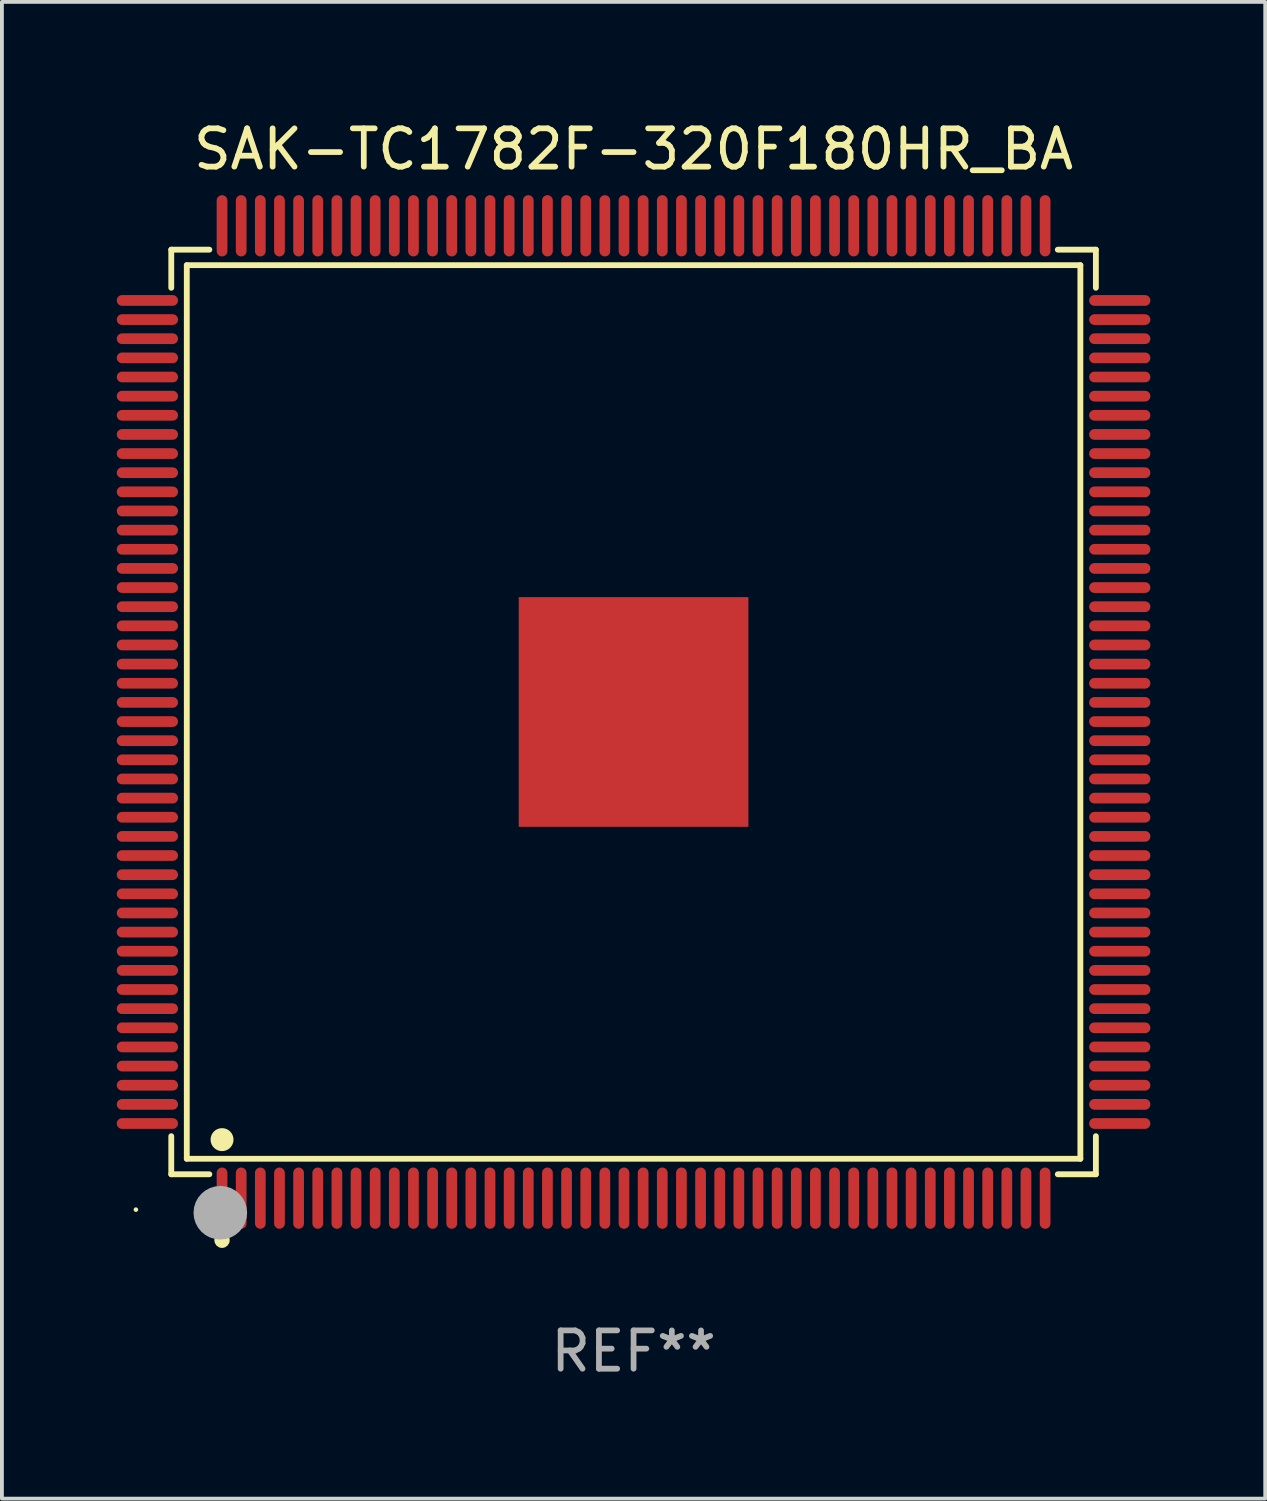
<source format=kicad_pcb>
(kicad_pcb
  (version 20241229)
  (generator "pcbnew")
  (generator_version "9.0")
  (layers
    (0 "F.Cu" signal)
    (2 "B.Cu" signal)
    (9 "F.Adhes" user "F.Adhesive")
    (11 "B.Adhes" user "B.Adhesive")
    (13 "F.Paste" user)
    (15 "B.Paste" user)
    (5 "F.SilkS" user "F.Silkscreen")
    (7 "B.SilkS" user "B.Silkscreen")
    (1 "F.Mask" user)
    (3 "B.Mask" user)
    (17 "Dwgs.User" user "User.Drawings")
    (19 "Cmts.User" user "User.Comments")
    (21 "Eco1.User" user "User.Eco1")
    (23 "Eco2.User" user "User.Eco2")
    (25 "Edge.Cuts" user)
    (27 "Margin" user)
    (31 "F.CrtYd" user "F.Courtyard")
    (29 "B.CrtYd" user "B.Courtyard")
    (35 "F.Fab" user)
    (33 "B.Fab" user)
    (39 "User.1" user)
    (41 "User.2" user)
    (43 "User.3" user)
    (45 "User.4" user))
  (footprint "SAK-TC1782F-320F180HR_BA"
    (layer "F.Cu")
    (at 13.5 15.548)
    (property "Reference" "SAK-TC1782F-320F180HR_BA" (at 0 -14.7 0) (layer "F.SilkS") (effects (font (size 1 1) (thickness 0.15))))
    (attr through_hole)
    (fp_line (start -12.076 -12.076) (end -11.081 -12.076) (stroke (width 0.152) (type solid)) (layer "F.SilkS"))
    (fp_line (start -12.076 -11.081) (end -12.076 -12.076) (stroke (width 0.152) (type solid)) (layer "F.SilkS"))
    (fp_line (start -12.076 11.081) (end -12.076 12.076) (stroke (width 0.152) (type solid)) (layer "F.SilkS"))
    (fp_line (start -12.076 12.076) (end -11.081 12.076) (stroke (width 0.152) (type solid)) (layer "F.SilkS"))
    (fp_line (start -11.671 -11.671) (end 11.671 -11.671) (stroke (width 0.152) (type solid)) (layer "F.SilkS"))
    (fp_line (start -11.671 11.671) (end -11.671 -11.671) (stroke (width 0.152) (type solid)) (layer "F.SilkS"))
    (fp_line (start 11.671 -11.671) (end 11.671 11.671) (stroke (width 0.152) (type solid)) (layer "F.SilkS"))
    (fp_line (start 11.671 11.671) (end -11.671 11.671) (stroke (width 0.152) (type solid)) (layer "F.SilkS"))
    (fp_line (start 12.076 -12.076) (end 11.081 -12.076) (stroke (width 0.152) (type solid)) (layer "F.SilkS"))
    (fp_line (start 12.076 -11.081) (end 12.076 -12.076) (stroke (width 0.152) (type solid)) (layer "F.SilkS"))
    (fp_line (start 12.076 11.081) (end 12.076 12.076) (stroke (width 0.152) (type solid)) (layer "F.SilkS"))
    (fp_line (start 12.076 12.076) (end 11.081 12.076) (stroke (width 0.152) (type solid)) (layer "F.SilkS"))
    (fp_circle (center -13 13) (end -12.97 13) (stroke (width 0.06) (type solid)) (fill no) (layer "F.SilkS"))
    (fp_circle (center -10.75 11.171) (end -10.6 11.171) (stroke (width 0.3) (type solid)) (fill no) (layer "F.SilkS"))
    (fp_circle (center -10.75 13.8) (end -10.65 13.8) (stroke (width 0.2) (type solid)) (fill no) (layer "F.SilkS"))
    (fp_circle (center -10.795 13.081) (end -10.445 13.081) (stroke (width 0.7) (type solid)) (fill no) (layer "F.Fab"))
    (fp_text user "REF**" (at 0 16.7 0) (layer "F.Fab") (effects (font (size 1 1) (thickness 0.15))))
    (pad "1" smd oval (at -10.75 12.7) (size 0.28 1.6) (layers "F.Cu" "F.Mask" "F.Paste"))
    (pad "2" smd oval (at -10.25 12.7) (size 0.28 1.6) (layers "F.Cu" "F.Mask" "F.Paste"))
    (pad "3" smd oval (at -9.75 12.7) (size 0.28 1.6) (layers "F.Cu" "F.Mask" "F.Paste"))
    (pad "4" smd oval (at -9.25 12.7) (size 0.28 1.6) (layers "F.Cu" "F.Mask" "F.Paste"))
    (pad "5" smd oval (at -8.75 12.7) (size 0.28 1.6) (layers "F.Cu" "F.Mask" "F.Paste"))
    (pad "6" smd oval (at -8.25 12.7) (size 0.28 1.6) (layers "F.Cu" "F.Mask" "F.Paste"))
    (pad "7" smd oval (at -7.75 12.7) (size 0.28 1.6) (layers "F.Cu" "F.Mask" "F.Paste"))
    (pad "8" smd oval (at -7.25 12.7) (size 0.28 1.6) (layers "F.Cu" "F.Mask" "F.Paste"))
    (pad "9" smd oval (at -6.75 12.7) (size 0.28 1.6) (layers "F.Cu" "F.Mask" "F.Paste"))
    (pad "10" smd oval (at -6.25 12.7) (size 0.28 1.6) (layers "F.Cu" "F.Mask" "F.Paste"))
    (pad "11" smd oval (at -5.75 12.7) (size 0.28 1.6) (layers "F.Cu" "F.Mask" "F.Paste"))
    (pad "12" smd oval (at -5.25 12.7) (size 0.28 1.6) (layers "F.Cu" "F.Mask" "F.Paste"))
    (pad "13" smd oval (at -4.75 12.7) (size 0.28 1.6) (layers "F.Cu" "F.Mask" "F.Paste"))
    (pad "14" smd oval (at -4.25 12.7) (size 0.28 1.6) (layers "F.Cu" "F.Mask" "F.Paste"))
    (pad "15" smd oval (at -3.75 12.7) (size 0.28 1.6) (layers "F.Cu" "F.Mask" "F.Paste"))
    (pad "16" smd oval (at -3.25 12.7) (size 0.28 1.6) (layers "F.Cu" "F.Mask" "F.Paste"))
    (pad "17" smd oval (at -2.75 12.7) (size 0.28 1.6) (layers "F.Cu" "F.Mask" "F.Paste"))
    (pad "18" smd oval (at -2.25 12.7) (size 0.28 1.6) (layers "F.Cu" "F.Mask" "F.Paste"))
    (pad "19" smd oval (at -1.75 12.7) (size 0.28 1.6) (layers "F.Cu" "F.Mask" "F.Paste"))
    (pad "20" smd oval (at -1.25 12.7) (size 0.28 1.6) (layers "F.Cu" "F.Mask" "F.Paste"))
    (pad "21" smd oval (at -0.75 12.7) (size 0.28 1.6) (layers "F.Cu" "F.Mask" "F.Paste"))
    (pad "22" smd oval (at -0.25 12.7) (size 0.28 1.6) (layers "F.Cu" "F.Mask" "F.Paste"))
    (pad "23" smd oval (at 0.25 12.7) (size 0.28 1.6) (layers "F.Cu" "F.Mask" "F.Paste"))
    (pad "24" smd oval (at 0.75 12.7) (size 0.28 1.6) (layers "F.Cu" "F.Mask" "F.Paste"))
    (pad "25" smd oval (at 1.25 12.7) (size 0.28 1.6) (layers "F.Cu" "F.Mask" "F.Paste"))
    (pad "26" smd oval (at 1.75 12.7) (size 0.28 1.6) (layers "F.Cu" "F.Mask" "F.Paste"))
    (pad "27" smd oval (at 2.25 12.7) (size 0.28 1.6) (layers "F.Cu" "F.Mask" "F.Paste"))
    (pad "28" smd oval (at 2.75 12.7) (size 0.28 1.6) (layers "F.Cu" "F.Mask" "F.Paste"))
    (pad "29" smd oval (at 3.25 12.7) (size 0.28 1.6) (layers "F.Cu" "F.Mask" "F.Paste"))
    (pad "30" smd oval (at 3.75 12.7) (size 0.28 1.6) (layers "F.Cu" "F.Mask" "F.Paste"))
    (pad "31" smd oval (at 4.25 12.7) (size 0.28 1.6) (layers "F.Cu" "F.Mask" "F.Paste"))
    (pad "32" smd oval (at 4.75 12.7) (size 0.28 1.6) (layers "F.Cu" "F.Mask" "F.Paste"))
    (pad "33" smd oval (at 5.25 12.7) (size 0.28 1.6) (layers "F.Cu" "F.Mask" "F.Paste"))
    (pad "34" smd oval (at 5.75 12.7) (size 0.28 1.6) (layers "F.Cu" "F.Mask" "F.Paste"))
    (pad "35" smd oval (at 6.25 12.7) (size 0.28 1.6) (layers "F.Cu" "F.Mask" "F.Paste"))
    (pad "36" smd oval (at 6.75 12.7) (size 0.28 1.6) (layers "F.Cu" "F.Mask" "F.Paste"))
    (pad "37" smd oval (at 7.25 12.7) (size 0.28 1.6) (layers "F.Cu" "F.Mask" "F.Paste"))
    (pad "38" smd oval (at 7.75 12.7) (size 0.28 1.6) (layers "F.Cu" "F.Mask" "F.Paste"))
    (pad "39" smd oval (at 8.25 12.7) (size 0.28 1.6) (layers "F.Cu" "F.Mask" "F.Paste"))
    (pad "40" smd oval (at 8.75 12.7) (size 0.28 1.6) (layers "F.Cu" "F.Mask" "F.Paste"))
    (pad "41" smd oval (at 9.25 12.7) (size 0.28 1.6) (layers "F.Cu" "F.Mask" "F.Paste"))
    (pad "42" smd oval (at 9.75 12.7) (size 0.28 1.6) (layers "F.Cu" "F.Mask" "F.Paste"))
    (pad "43" smd oval (at 10.25 12.7) (size 0.28 1.6) (layers "F.Cu" "F.Mask" "F.Paste"))
    (pad "44" smd oval (at 10.75 12.7) (size 0.28 1.6) (layers "F.Cu" "F.Mask" "F.Paste"))
    (pad "45" smd oval (at 12.7 10.75) (size 1.6 0.28) (layers "F.Cu" "F.Mask" "F.Paste"))
    (pad "46" smd oval (at 12.7 10.25) (size 1.6 0.28) (layers "F.Cu" "F.Mask" "F.Paste"))
    (pad "47" smd oval (at 12.7 9.75) (size 1.6 0.28) (layers "F.Cu" "F.Mask" "F.Paste"))
    (pad "48" smd oval (at 12.7 9.25) (size 1.6 0.28) (layers "F.Cu" "F.Mask" "F.Paste"))
    (pad "49" smd oval (at 12.7 8.75) (size 1.6 0.28) (layers "F.Cu" "F.Mask" "F.Paste"))
    (pad "50" smd oval (at 12.7 8.25) (size 1.6 0.28) (layers "F.Cu" "F.Mask" "F.Paste"))
    (pad "51" smd oval (at 12.7 7.75) (size 1.6 0.28) (layers "F.Cu" "F.Mask" "F.Paste"))
    (pad "52" smd oval (at 12.7 7.25) (size 1.6 0.28) (layers "F.Cu" "F.Mask" "F.Paste"))
    (pad "53" smd oval (at 12.7 6.75) (size 1.6 0.28) (layers "F.Cu" "F.Mask" "F.Paste"))
    (pad "54" smd oval (at 12.7 6.25) (size 1.6 0.28) (layers "F.Cu" "F.Mask" "F.Paste"))
    (pad "55" smd oval (at 12.7 5.75) (size 1.6 0.28) (layers "F.Cu" "F.Mask" "F.Paste"))
    (pad "56" smd oval (at 12.7 5.25) (size 1.6 0.28) (layers "F.Cu" "F.Mask" "F.Paste"))
    (pad "57" smd oval (at 12.7 4.75) (size 1.6 0.28) (layers "F.Cu" "F.Mask" "F.Paste"))
    (pad "58" smd oval (at 12.7 4.25) (size 1.6 0.28) (layers "F.Cu" "F.Mask" "F.Paste"))
    (pad "59" smd oval (at 12.7 3.75) (size 1.6 0.28) (layers "F.Cu" "F.Mask" "F.Paste"))
    (pad "60" smd oval (at 12.7 3.25) (size 1.6 0.28) (layers "F.Cu" "F.Mask" "F.Paste"))
    (pad "61" smd oval (at 12.7 2.75) (size 1.6 0.28) (layers "F.Cu" "F.Mask" "F.Paste"))
    (pad "62" smd oval (at 12.7 2.25) (size 1.6 0.28) (layers "F.Cu" "F.Mask" "F.Paste"))
    (pad "63" smd oval (at 12.7 1.75) (size 1.6 0.28) (layers "F.Cu" "F.Mask" "F.Paste"))
    (pad "64" smd oval (at 12.7 1.25) (size 1.6 0.28) (layers "F.Cu" "F.Mask" "F.Paste"))
    (pad "65" smd oval (at 12.7 0.75) (size 1.6 0.28) (layers "F.Cu" "F.Mask" "F.Paste"))
    (pad "66" smd oval (at 12.7 0.25) (size 1.6 0.28) (layers "F.Cu" "F.Mask" "F.Paste"))
    (pad "67" smd oval (at 12.7 -0.25) (size 1.6 0.28) (layers "F.Cu" "F.Mask" "F.Paste"))
    (pad "68" smd oval (at 12.7 -0.75) (size 1.6 0.28) (layers "F.Cu" "F.Mask" "F.Paste"))
    (pad "69" smd oval (at 12.7 -1.25) (size 1.6 0.28) (layers "F.Cu" "F.Mask" "F.Paste"))
    (pad "70" smd oval (at 12.7 -1.75) (size 1.6 0.28) (layers "F.Cu" "F.Mask" "F.Paste"))
    (pad "71" smd oval (at 12.7 -2.25) (size 1.6 0.28) (layers "F.Cu" "F.Mask" "F.Paste"))
    (pad "72" smd oval (at 12.7 -2.75) (size 1.6 0.28) (layers "F.Cu" "F.Mask" "F.Paste"))
    (pad "73" smd oval (at 12.7 -3.25) (size 1.6 0.28) (layers "F.Cu" "F.Mask" "F.Paste"))
    (pad "74" smd oval (at 12.7 -3.75) (size 1.6 0.28) (layers "F.Cu" "F.Mask" "F.Paste"))
    (pad "75" smd oval (at 12.7 -4.25) (size 1.6 0.28) (layers "F.Cu" "F.Mask" "F.Paste"))
    (pad "76" smd oval (at 12.7 -4.75) (size 1.6 0.28) (layers "F.Cu" "F.Mask" "F.Paste"))
    (pad "77" smd oval (at 12.7 -5.25) (size 1.6 0.28) (layers "F.Cu" "F.Mask" "F.Paste"))
    (pad "78" smd oval (at 12.7 -5.75) (size 1.6 0.28) (layers "F.Cu" "F.Mask" "F.Paste"))
    (pad "79" smd oval (at 12.7 -6.25) (size 1.6 0.28) (layers "F.Cu" "F.Mask" "F.Paste"))
    (pad "80" smd oval (at 12.7 -6.75) (size 1.6 0.28) (layers "F.Cu" "F.Mask" "F.Paste"))
    (pad "81" smd oval (at 12.7 -7.25) (size 1.6 0.28) (layers "F.Cu" "F.Mask" "F.Paste"))
    (pad "82" smd oval (at 12.7 -7.75) (size 1.6 0.28) (layers "F.Cu" "F.Mask" "F.Paste"))
    (pad "83" smd oval (at 12.7 -8.25) (size 1.6 0.28) (layers "F.Cu" "F.Mask" "F.Paste"))
    (pad "84" smd oval (at 12.7 -8.75) (size 1.6 0.28) (layers "F.Cu" "F.Mask" "F.Paste"))
    (pad "85" smd oval (at 12.7 -9.25) (size 1.6 0.28) (layers "F.Cu" "F.Mask" "F.Paste"))
    (pad "86" smd oval (at 12.7 -9.75) (size 1.6 0.28) (layers "F.Cu" "F.Mask" "F.Paste"))
    (pad "87" smd oval (at 12.7 -10.25) (size 1.6 0.28) (layers "F.Cu" "F.Mask" "F.Paste"))
    (pad "88" smd oval (at 12.7 -10.75) (size 1.6 0.28) (layers "F.Cu" "F.Mask" "F.Paste"))
    (pad "89" smd oval (at 10.75 -12.7) (size 0.28 1.6) (layers "F.Cu" "F.Mask" "F.Paste"))
    (pad "90" smd oval (at 10.25 -12.7) (size 0.28 1.6) (layers "F.Cu" "F.Mask" "F.Paste"))
    (pad "91" smd oval (at 9.75 -12.7) (size 0.28 1.6) (layers "F.Cu" "F.Mask" "F.Paste"))
    (pad "92" smd oval (at 9.25 -12.7) (size 0.28 1.6) (layers "F.Cu" "F.Mask" "F.Paste"))
    (pad "93" smd oval (at 8.75 -12.7) (size 0.28 1.6) (layers "F.Cu" "F.Mask" "F.Paste"))
    (pad "94" smd oval (at 8.25 -12.7) (size 0.28 1.6) (layers "F.Cu" "F.Mask" "F.Paste"))
    (pad "95" smd oval (at 7.75 -12.7) (size 0.28 1.6) (layers "F.Cu" "F.Mask" "F.Paste"))
    (pad "96" smd oval (at 7.25 -12.7) (size 0.28 1.6) (layers "F.Cu" "F.Mask" "F.Paste"))
    (pad "97" smd oval (at 6.75 -12.7) (size 0.28 1.6) (layers "F.Cu" "F.Mask" "F.Paste"))
    (pad "98" smd oval (at 6.25 -12.7) (size 0.28 1.6) (layers "F.Cu" "F.Mask" "F.Paste"))
    (pad "99" smd oval (at 5.75 -12.7) (size 0.28 1.6) (layers "F.Cu" "F.Mask" "F.Paste"))
    (pad "100" smd oval (at 5.25 -12.7) (size 0.28 1.6) (layers "F.Cu" "F.Mask" "F.Paste"))
    (pad "101" smd oval (at 4.75 -12.7) (size 0.28 1.6) (layers "F.Cu" "F.Mask" "F.Paste"))
    (pad "102" smd oval (at 4.25 -12.7) (size 0.28 1.6) (layers "F.Cu" "F.Mask" "F.Paste"))
    (pad "103" smd oval (at 3.75 -12.7) (size 0.28 1.6) (layers "F.Cu" "F.Mask" "F.Paste"))
    (pad "104" smd oval (at 3.25 -12.7) (size 0.28 1.6) (layers "F.Cu" "F.Mask" "F.Paste"))
    (pad "105" smd oval (at 2.75 -12.7) (size 0.28 1.6) (layers "F.Cu" "F.Mask" "F.Paste"))
    (pad "106" smd oval (at 2.25 -12.7) (size 0.28 1.6) (layers "F.Cu" "F.Mask" "F.Paste"))
    (pad "107" smd oval (at 1.75 -12.7) (size 0.28 1.6) (layers "F.Cu" "F.Mask" "F.Paste"))
    (pad "108" smd oval (at 1.25 -12.7) (size 0.28 1.6) (layers "F.Cu" "F.Mask" "F.Paste"))
    (pad "109" smd oval (at 0.75 -12.7) (size 0.28 1.6) (layers "F.Cu" "F.Mask" "F.Paste"))
    (pad "110" smd oval (at 0.25 -12.7) (size 0.28 1.6) (layers "F.Cu" "F.Mask" "F.Paste"))
    (pad "111" smd oval (at -0.25 -12.7) (size 0.28 1.6) (layers "F.Cu" "F.Mask" "F.Paste"))
    (pad "112" smd oval (at -0.75 -12.7) (size 0.28 1.6) (layers "F.Cu" "F.Mask" "F.Paste"))
    (pad "113" smd oval (at -1.25 -12.7) (size 0.28 1.6) (layers "F.Cu" "F.Mask" "F.Paste"))
    (pad "114" smd oval (at -1.75 -12.7) (size 0.28 1.6) (layers "F.Cu" "F.Mask" "F.Paste"))
    (pad "115" smd oval (at -2.25 -12.7) (size 0.28 1.6) (layers "F.Cu" "F.Mask" "F.Paste"))
    (pad "116" smd oval (at -2.75 -12.7) (size 0.28 1.6) (layers "F.Cu" "F.Mask" "F.Paste"))
    (pad "117" smd oval (at -3.25 -12.7) (size 0.28 1.6) (layers "F.Cu" "F.Mask" "F.Paste"))
    (pad "118" smd oval (at -3.75 -12.7) (size 0.28 1.6) (layers "F.Cu" "F.Mask" "F.Paste"))
    (pad "119" smd oval (at -4.25 -12.7) (size 0.28 1.6) (layers "F.Cu" "F.Mask" "F.Paste"))
    (pad "120" smd oval (at -4.75 -12.7) (size 0.28 1.6) (layers "F.Cu" "F.Mask" "F.Paste"))
    (pad "121" smd oval (at -5.25 -12.7) (size 0.28 1.6) (layers "F.Cu" "F.Mask" "F.Paste"))
    (pad "122" smd oval (at -5.75 -12.7) (size 0.28 1.6) (layers "F.Cu" "F.Mask" "F.Paste"))
    (pad "123" smd oval (at -6.25 -12.7) (size 0.28 1.6) (layers "F.Cu" "F.Mask" "F.Paste"))
    (pad "124" smd oval (at -6.75 -12.7) (size 0.28 1.6) (layers "F.Cu" "F.Mask" "F.Paste"))
    (pad "125" smd oval (at -7.25 -12.7) (size 0.28 1.6) (layers "F.Cu" "F.Mask" "F.Paste"))
    (pad "126" smd oval (at -7.75 -12.7) (size 0.28 1.6) (layers "F.Cu" "F.Mask" "F.Paste"))
    (pad "127" smd oval (at -8.25 -12.7) (size 0.28 1.6) (layers "F.Cu" "F.Mask" "F.Paste"))
    (pad "128" smd oval (at -8.75 -12.7) (size 0.28 1.6) (layers "F.Cu" "F.Mask" "F.Paste"))
    (pad "129" smd oval (at -9.25 -12.7) (size 0.28 1.6) (layers "F.Cu" "F.Mask" "F.Paste"))
    (pad "130" smd oval (at -9.75 -12.7) (size 0.28 1.6) (layers "F.Cu" "F.Mask" "F.Paste"))
    (pad "131" smd oval (at -10.25 -12.7) (size 0.28 1.6) (layers "F.Cu" "F.Mask" "F.Paste"))
    (pad "132" smd oval (at -10.75 -12.7) (size 0.28 1.6) (layers "F.Cu" "F.Mask" "F.Paste"))
    (pad "133" smd oval (at -12.7 -10.75) (size 1.6 0.28) (layers "F.Cu" "F.Mask" "F.Paste"))
    (pad "134" smd oval (at -12.7 -10.25) (size 1.6 0.28) (layers "F.Cu" "F.Mask" "F.Paste"))
    (pad "135" smd oval (at -12.7 -9.75) (size 1.6 0.28) (layers "F.Cu" "F.Mask" "F.Paste"))
    (pad "136" smd oval (at -12.7 -9.25) (size 1.6 0.28) (layers "F.Cu" "F.Mask" "F.Paste"))
    (pad "137" smd oval (at -12.7 -8.75) (size 1.6 0.28) (layers "F.Cu" "F.Mask" "F.Paste"))
    (pad "138" smd oval (at -12.7 -8.25) (size 1.6 0.28) (layers "F.Cu" "F.Mask" "F.Paste"))
    (pad "139" smd oval (at -12.7 -7.75) (size 1.6 0.28) (layers "F.Cu" "F.Mask" "F.Paste"))
    (pad "140" smd oval (at -12.7 -7.25) (size 1.6 0.28) (layers "F.Cu" "F.Mask" "F.Paste"))
    (pad "141" smd oval (at -12.7 -6.75) (size 1.6 0.28) (layers "F.Cu" "F.Mask" "F.Paste"))
    (pad "142" smd oval (at -12.7 -6.25) (size 1.6 0.28) (layers "F.Cu" "F.Mask" "F.Paste"))
    (pad "143" smd oval (at -12.7 -5.75) (size 1.6 0.28) (layers "F.Cu" "F.Mask" "F.Paste"))
    (pad "144" smd oval (at -12.7 -5.25) (size 1.6 0.28) (layers "F.Cu" "F.Mask" "F.Paste"))
    (pad "145" smd oval (at -12.7 -4.75) (size 1.6 0.28) (layers "F.Cu" "F.Mask" "F.Paste"))
    (pad "146" smd oval (at -12.7 -4.25) (size 1.6 0.28) (layers "F.Cu" "F.Mask" "F.Paste"))
    (pad "147" smd oval (at -12.7 -3.75) (size 1.6 0.28) (layers "F.Cu" "F.Mask" "F.Paste"))
    (pad "148" smd oval (at -12.7 -3.25) (size 1.6 0.28) (layers "F.Cu" "F.Mask" "F.Paste"))
    (pad "149" smd oval (at -12.7 -2.75) (size 1.6 0.28) (layers "F.Cu" "F.Mask" "F.Paste"))
    (pad "150" smd oval (at -12.7 -2.25) (size 1.6 0.28) (layers "F.Cu" "F.Mask" "F.Paste"))
    (pad "151" smd oval (at -12.7 -1.75) (size 1.6 0.28) (layers "F.Cu" "F.Mask" "F.Paste"))
    (pad "152" smd oval (at -12.7 -1.25) (size 1.6 0.28) (layers "F.Cu" "F.Mask" "F.Paste"))
    (pad "153" smd oval (at -12.7 -0.75) (size 1.6 0.28) (layers "F.Cu" "F.Mask" "F.Paste"))
    (pad "154" smd oval (at -12.7 -0.25) (size 1.6 0.28) (layers "F.Cu" "F.Mask" "F.Paste"))
    (pad "155" smd oval (at -12.7 0.25) (size 1.6 0.28) (layers "F.Cu" "F.Mask" "F.Paste"))
    (pad "156" smd oval (at -12.7 0.75) (size 1.6 0.28) (layers "F.Cu" "F.Mask" "F.Paste"))
    (pad "157" smd oval (at -12.7 1.25) (size 1.6 0.28) (layers "F.Cu" "F.Mask" "F.Paste"))
    (pad "158" smd oval (at -12.7 1.75) (size 1.6 0.28) (layers "F.Cu" "F.Mask" "F.Paste"))
    (pad "159" smd oval (at -12.7 2.25) (size 1.6 0.28) (layers "F.Cu" "F.Mask" "F.Paste"))
    (pad "160" smd oval (at -12.7 2.75) (size 1.6 0.28) (layers "F.Cu" "F.Mask" "F.Paste"))
    (pad "161" smd oval (at -12.7 3.25) (size 1.6 0.28) (layers "F.Cu" "F.Mask" "F.Paste"))
    (pad "162" smd oval (at -12.7 3.75) (size 1.6 0.28) (layers "F.Cu" "F.Mask" "F.Paste"))
    (pad "163" smd oval (at -12.7 4.25) (size 1.6 0.28) (layers "F.Cu" "F.Mask" "F.Paste"))
    (pad "164" smd oval (at -12.7 4.75) (size 1.6 0.28) (layers "F.Cu" "F.Mask" "F.Paste"))
    (pad "165" smd oval (at -12.7 5.25) (size 1.6 0.28) (layers "F.Cu" "F.Mask" "F.Paste"))
    (pad "166" smd oval (at -12.7 5.75) (size 1.6 0.28) (layers "F.Cu" "F.Mask" "F.Paste"))
    (pad "167" smd oval (at -12.7 6.25) (size 1.6 0.28) (layers "F.Cu" "F.Mask" "F.Paste"))
    (pad "168" smd oval (at -12.7 6.75) (size 1.6 0.28) (layers "F.Cu" "F.Mask" "F.Paste"))
    (pad "169" smd oval (at -12.7 7.25) (size 1.6 0.28) (layers "F.Cu" "F.Mask" "F.Paste"))
    (pad "170" smd oval (at -12.7 7.75) (size 1.6 0.28) (layers "F.Cu" "F.Mask" "F.Paste"))
    (pad "171" smd oval (at -12.7 8.25) (size 1.6 0.28) (layers "F.Cu" "F.Mask" "F.Paste"))
    (pad "172" smd oval (at -12.7 8.75) (size 1.6 0.28) (layers "F.Cu" "F.Mask" "F.Paste"))
    (pad "173" smd oval (at -12.7 9.25) (size 1.6 0.28) (layers "F.Cu" "F.Mask" "F.Paste"))
    (pad "174" smd oval (at -12.7 9.75) (size 1.6 0.28) (layers "F.Cu" "F.Mask" "F.Paste"))
    (pad "175" smd oval (at -12.7 10.25) (size 1.6 0.28) (layers "F.Cu" "F.Mask" "F.Paste"))
    (pad "176" smd oval (at -12.7 10.75) (size 1.6 0.28) (layers "F.Cu" "F.Mask" "F.Paste"))
    (pad "177" smd rect (at 0 0) (size 6 6) (layers "F.Cu" "F.Mask" "F.Paste")))
  (gr_rect
    (start -3 -3)
    (end 30 36.097)
    (stroke (width 0.1) (type default))
    (fill no)
    (layer "Edge.Cuts")))
</source>
